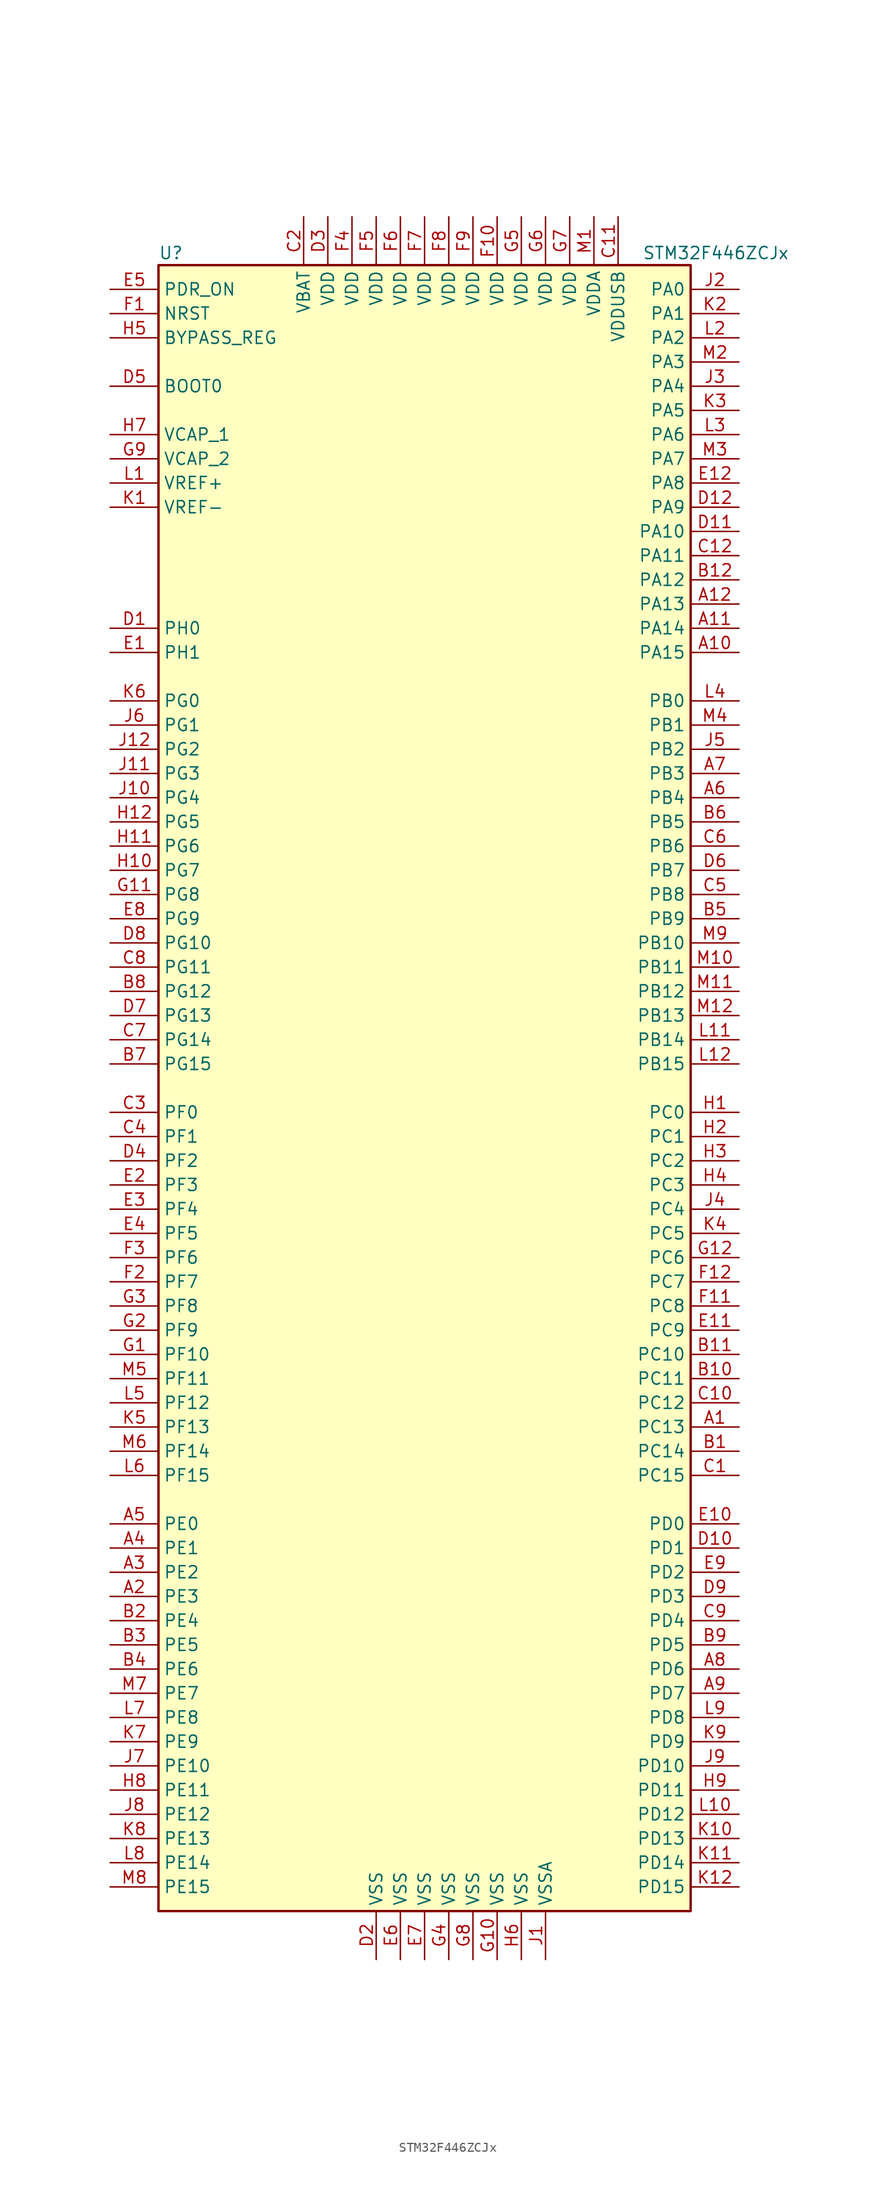
<source format=kicad_sym>
(kicad_symbol_lib
  (version 20220914)
  (generator kicad_symbol_editor)
  (symbol "STM32F446ZCJx"
    (property "Reference" "U"
      (at -27.94 87.63 0)
      (effects (font (size 1.27 1.27)) (justify left)))
    (property "Value" "STM32F446ZCJx"
      (at 22.86 87.63 0)
      (effects (font (size 1.27 1.27)) (justify left)))
    (symbol "STM32F446ZCJx_0_1"
      (rectangle (start -27.94 -86.36) (end 27.94 86.36) (stroke (width 0.254) (type default)) (fill (type background))))
    (symbol "STM32F446ZCJx_1_1"
      (pin bidirectional line (at 33.02 -35.56 180) (length 5.08) (name "PC13" (effects (font (size 1.27 1.27)))) (number "A1" (effects (font (size 1.27 1.27)))))
      (pin bidirectional line (at 33.02 45.72 180) (length 5.08) (name "PA15" (effects (font (size 1.27 1.27)))) (number "A10" (effects (font (size 1.27 1.27)))))
      (pin bidirectional line (at 33.02 48.26 180) (length 5.08) (name "PA14" (effects (font (size 1.27 1.27)))) (number "A11" (effects (font (size 1.27 1.27)))))
      (pin bidirectional line (at 33.02 50.8 180) (length 5.08) (name "PA13" (effects (font (size 1.27 1.27)))) (number "A12" (effects (font (size 1.27 1.27)))))
      (pin bidirectional line (at -33.02 -53.34 0) (length 5.08) (name "PE3" (effects (font (size 1.27 1.27)))) (number "A2" (effects (font (size 1.27 1.27)))))
      (pin bidirectional line (at -33.02 -50.8 0) (length 5.08) (name "PE2" (effects (font (size 1.27 1.27)))) (number "A3" (effects (font (size 1.27 1.27)))))
      (pin bidirectional line (at -33.02 -48.26 0) (length 5.08) (name "PE1" (effects (font (size 1.27 1.27)))) (number "A4" (effects (font (size 1.27 1.27)))))
      (pin bidirectional line (at -33.02 -45.72 0) (length 5.08) (name "PE0" (effects (font (size 1.27 1.27)))) (number "A5" (effects (font (size 1.27 1.27)))))
      (pin bidirectional line (at 33.02 30.48 180) (length 5.08) (name "PB4" (effects (font (size 1.27 1.27)))) (number "A6" (effects (font (size 1.27 1.27)))))
      (pin bidirectional line (at 33.02 33.02 180) (length 5.08) (name "PB3" (effects (font (size 1.27 1.27)))) (number "A7" (effects (font (size 1.27 1.27)))))
      (pin bidirectional line (at 33.02 -60.96 180) (length 5.08) (name "PD6" (effects (font (size 1.27 1.27)))) (number "A8" (effects (font (size 1.27 1.27)))))
      (pin bidirectional line (at 33.02 -63.5 180) (length 5.08) (name "PD7" (effects (font (size 1.27 1.27)))) (number "A9" (effects (font (size 1.27 1.27)))))
      (pin bidirectional line (at 33.02 -38.1 180) (length 5.08) (name "PC14" (effects (font (size 1.27 1.27)))) (number "B1" (effects (font (size 1.27 1.27)))))
      (pin bidirectional line (at 33.02 -30.48 180) (length 5.08) (name "PC11" (effects (font (size 1.27 1.27)))) (number "B10" (effects (font (size 1.27 1.27)))))
      (pin bidirectional line (at 33.02 -27.94 180) (length 5.08) (name "PC10" (effects (font (size 1.27 1.27)))) (number "B11" (effects (font (size 1.27 1.27)))))
      (pin bidirectional line (at 33.02 53.34 180) (length 5.08) (name "PA12" (effects (font (size 1.27 1.27)))) (number "B12" (effects (font (size 1.27 1.27)))))
      (pin bidirectional line (at -33.02 -55.88 0) (length 5.08) (name "PE4" (effects (font (size 1.27 1.27)))) (number "B2" (effects (font (size 1.27 1.27)))))
      (pin bidirectional line (at -33.02 -58.42 0) (length 5.08) (name "PE5" (effects (font (size 1.27 1.27)))) (number "B3" (effects (font (size 1.27 1.27)))))
      (pin bidirectional line (at -33.02 -60.96 0) (length 5.08) (name "PE6" (effects (font (size 1.27 1.27)))) (number "B4" (effects (font (size 1.27 1.27)))))
      (pin bidirectional line (at 33.02 17.78 180) (length 5.08) (name "PB9" (effects (font (size 1.27 1.27)))) (number "B5" (effects (font (size 1.27 1.27)))))
      (pin bidirectional line (at 33.02 27.94 180) (length 5.08) (name "PB5" (effects (font (size 1.27 1.27)))) (number "B6" (effects (font (size 1.27 1.27)))))
      (pin bidirectional line (at -33.02 2.54 0) (length 5.08) (name "PG15" (effects (font (size 1.27 1.27)))) (number "B7" (effects (font (size 1.27 1.27)))))
      (pin bidirectional line (at -33.02 10.16 0) (length 5.08) (name "PG12" (effects (font (size 1.27 1.27)))) (number "B8" (effects (font (size 1.27 1.27)))))
      (pin bidirectional line (at 33.02 -58.42 180) (length 5.08) (name "PD5" (effects (font (size 1.27 1.27)))) (number "B9" (effects (font (size 1.27 1.27)))))
      (pin bidirectional line (at 33.02 -40.64 180) (length 5.08) (name "PC15" (effects (font (size 1.27 1.27)))) (number "C1" (effects (font (size 1.27 1.27)))))
      (pin bidirectional line (at 33.02 -33.02 180) (length 5.08) (name "PC12" (effects (font (size 1.27 1.27)))) (number "C10" (effects (font (size 1.27 1.27)))))
      (pin power_in line (at 20.32 91.44 270) (length 5.08) (name "VDDUSB" (effects (font (size 1.27 1.27)))) (number "C11" (effects (font (size 1.27 1.27)))))
      (pin bidirectional line (at 33.02 55.88 180) (length 5.08) (name "PA11" (effects (font (size 1.27 1.27)))) (number "C12" (effects (font (size 1.27 1.27)))))
      (pin power_in line (at -12.7 91.44 270) (length 5.08) (name "VBAT" (effects (font (size 1.27 1.27)))) (number "C2" (effects (font (size 1.27 1.27)))))
      (pin bidirectional line (at -33.02 -2.54 0) (length 5.08) (name "PF0" (effects (font (size 1.27 1.27)))) (number "C3" (effects (font (size 1.27 1.27)))))
      (pin bidirectional line (at -33.02 -5.08 0) (length 5.08) (name "PF1" (effects (font (size 1.27 1.27)))) (number "C4" (effects (font (size 1.27 1.27)))))
      (pin bidirectional line (at 33.02 20.32 180) (length 5.08) (name "PB8" (effects (font (size 1.27 1.27)))) (number "C5" (effects (font (size 1.27 1.27)))))
      (pin bidirectional line (at 33.02 25.4 180) (length 5.08) (name "PB6" (effects (font (size 1.27 1.27)))) (number "C6" (effects (font (size 1.27 1.27)))))
      (pin bidirectional line (at -33.02 5.08 0) (length 5.08) (name "PG14" (effects (font (size 1.27 1.27)))) (number "C7" (effects (font (size 1.27 1.27)))))
      (pin bidirectional line (at -33.02 12.7 0) (length 5.08) (name "PG11" (effects (font (size 1.27 1.27)))) (number "C8" (effects (font (size 1.27 1.27)))))
      (pin bidirectional line (at 33.02 -55.88 180) (length 5.08) (name "PD4" (effects (font (size 1.27 1.27)))) (number "C9" (effects (font (size 1.27 1.27)))))
      (pin input line (at -33.02 48.26 0) (length 5.08) (name "PH0" (effects (font (size 1.27 1.27)))) (number "D1" (effects (font (size 1.27 1.27)))))
      (pin bidirectional line (at 33.02 -48.26 180) (length 5.08) (name "PD1" (effects (font (size 1.27 1.27)))) (number "D10" (effects (font (size 1.27 1.27)))))
      (pin bidirectional line (at 33.02 58.42 180) (length 5.08) (name "PA10" (effects (font (size 1.27 1.27)))) (number "D11" (effects (font (size 1.27 1.27)))))
      (pin bidirectional line (at 33.02 60.96 180) (length 5.08) (name "PA9" (effects (font (size 1.27 1.27)))) (number "D12" (effects (font (size 1.27 1.27)))))
      (pin power_in line (at -5.08 -91.44 90) (length 5.08) (name "VSS" (effects (font (size 1.27 1.27)))) (number "D2" (effects (font (size 1.27 1.27)))))
      (pin power_in line (at -10.16 91.44 270) (length 5.08) (name "VDD" (effects (font (size 1.27 1.27)))) (number "D3" (effects (font (size 1.27 1.27)))))
      (pin bidirectional line (at -33.02 -7.62 0) (length 5.08) (name "PF2" (effects (font (size 1.27 1.27)))) (number "D4" (effects (font (size 1.27 1.27)))))
      (pin input line (at -33.02 73.66 0) (length 5.08) (name "BOOT0" (effects (font (size 1.27 1.27)))) (number "D5" (effects (font (size 1.27 1.27)))))
      (pin bidirectional line (at 33.02 22.86 180) (length 5.08) (name "PB7" (effects (font (size 1.27 1.27)))) (number "D6" (effects (font (size 1.27 1.27)))))
      (pin bidirectional line (at -33.02 7.62 0) (length 5.08) (name "PG13" (effects (font (size 1.27 1.27)))) (number "D7" (effects (font (size 1.27 1.27)))))
      (pin bidirectional line (at -33.02 15.24 0) (length 5.08) (name "PG10" (effects (font (size 1.27 1.27)))) (number "D8" (effects (font (size 1.27 1.27)))))
      (pin bidirectional line (at 33.02 -53.34 180) (length 5.08) (name "PD3" (effects (font (size 1.27 1.27)))) (number "D9" (effects (font (size 1.27 1.27)))))
      (pin input line (at -33.02 45.72 0) (length 5.08) (name "PH1" (effects (font (size 1.27 1.27)))) (number "E1" (effects (font (size 1.27 1.27)))))
      (pin bidirectional line (at 33.02 -45.72 180) (length 5.08) (name "PD0" (effects (font (size 1.27 1.27)))) (number "E10" (effects (font (size 1.27 1.27)))))
      (pin bidirectional line (at 33.02 -25.4 180) (length 5.08) (name "PC9" (effects (font (size 1.27 1.27)))) (number "E11" (effects (font (size 1.27 1.27)))))
      (pin bidirectional line (at 33.02 63.5 180) (length 5.08) (name "PA8" (effects (font (size 1.27 1.27)))) (number "E12" (effects (font (size 1.27 1.27)))))
      (pin bidirectional line (at -33.02 -10.16 0) (length 5.08) (name "PF3" (effects (font (size 1.27 1.27)))) (number "E2" (effects (font (size 1.27 1.27)))))
      (pin bidirectional line (at -33.02 -12.7 0) (length 5.08) (name "PF4" (effects (font (size 1.27 1.27)))) (number "E3" (effects (font (size 1.27 1.27)))))
      (pin bidirectional line (at -33.02 -15.24 0) (length 5.08) (name "PF5" (effects (font (size 1.27 1.27)))) (number "E4" (effects (font (size 1.27 1.27)))))
      (pin input line (at -33.02 83.82 0) (length 5.08) (name "PDR_ON" (effects (font (size 1.27 1.27)))) (number "E5" (effects (font (size 1.27 1.27)))))
      (pin power_in line (at -2.54 -91.44 90) (length 5.08) (name "VSS" (effects (font (size 1.27 1.27)))) (number "E6" (effects (font (size 1.27 1.27)))))
      (pin power_in line (at 0 -91.44 90) (length 5.08) (name "VSS" (effects (font (size 1.27 1.27)))) (number "E7" (effects (font (size 1.27 1.27)))))
      (pin bidirectional line (at -33.02 17.78 0) (length 5.08) (name "PG9" (effects (font (size 1.27 1.27)))) (number "E8" (effects (font (size 1.27 1.27)))))
      (pin bidirectional line (at 33.02 -50.8 180) (length 5.08) (name "PD2" (effects (font (size 1.27 1.27)))) (number "E9" (effects (font (size 1.27 1.27)))))
      (pin input line (at -33.02 81.28 0) (length 5.08) (name "NRST" (effects (font (size 1.27 1.27)))) (number "F1" (effects (font (size 1.27 1.27)))))
      (pin power_in line (at 7.62 91.44 270) (length 5.08) (name "VDD" (effects (font (size 1.27 1.27)))) (number "F10" (effects (font (size 1.27 1.27)))))
      (pin bidirectional line (at 33.02 -22.86 180) (length 5.08) (name "PC8" (effects (font (size 1.27 1.27)))) (number "F11" (effects (font (size 1.27 1.27)))))
      (pin bidirectional line (at 33.02 -20.32 180) (length 5.08) (name "PC7" (effects (font (size 1.27 1.27)))) (number "F12" (effects (font (size 1.27 1.27)))))
      (pin bidirectional line (at -33.02 -20.32 0) (length 5.08) (name "PF7" (effects (font (size 1.27 1.27)))) (number "F2" (effects (font (size 1.27 1.27)))))
      (pin bidirectional line (at -33.02 -17.78 0) (length 5.08) (name "PF6" (effects (font (size 1.27 1.27)))) (number "F3" (effects (font (size 1.27 1.27)))))
      (pin power_in line (at -7.62 91.44 270) (length 5.08) (name "VDD" (effects (font (size 1.27 1.27)))) (number "F4" (effects (font (size 1.27 1.27)))))
      (pin power_in line (at -5.08 91.44 270) (length 5.08) (name "VDD" (effects (font (size 1.27 1.27)))) (number "F5" (effects (font (size 1.27 1.27)))))
      (pin power_in line (at -2.54 91.44 270) (length 5.08) (name "VDD" (effects (font (size 1.27 1.27)))) (number "F6" (effects (font (size 1.27 1.27)))))
      (pin power_in line (at 0 91.44 270) (length 5.08) (name "VDD" (effects (font (size 1.27 1.27)))) (number "F7" (effects (font (size 1.27 1.27)))))
      (pin power_in line (at 2.54 91.44 270) (length 5.08) (name "VDD" (effects (font (size 1.27 1.27)))) (number "F8" (effects (font (size 1.27 1.27)))))
      (pin power_in line (at 5.08 91.44 270) (length 5.08) (name "VDD" (effects (font (size 1.27 1.27)))) (number "F9" (effects (font (size 1.27 1.27)))))
      (pin bidirectional line (at -33.02 -27.94 0) (length 5.08) (name "PF10" (effects (font (size 1.27 1.27)))) (number "G1" (effects (font (size 1.27 1.27)))))
      (pin power_in line (at 7.62 -91.44 90) (length 5.08) (name "VSS" (effects (font (size 1.27 1.27)))) (number "G10" (effects (font (size 1.27 1.27)))))
      (pin bidirectional line (at -33.02 20.32 0) (length 5.08) (name "PG8" (effects (font (size 1.27 1.27)))) (number "G11" (effects (font (size 1.27 1.27)))))
      (pin bidirectional line (at 33.02 -17.78 180) (length 5.08) (name "PC6" (effects (font (size 1.27 1.27)))) (number "G12" (effects (font (size 1.27 1.27)))))
      (pin bidirectional line (at -33.02 -25.4 0) (length 5.08) (name "PF9" (effects (font (size 1.27 1.27)))) (number "G2" (effects (font (size 1.27 1.27)))))
      (pin bidirectional line (at -33.02 -22.86 0) (length 5.08) (name "PF8" (effects (font (size 1.27 1.27)))) (number "G3" (effects (font (size 1.27 1.27)))))
      (pin power_in line (at 2.54 -91.44 90) (length 5.08) (name "VSS" (effects (font (size 1.27 1.27)))) (number "G4" (effects (font (size 1.27 1.27)))))
      (pin power_in line (at 10.16 91.44 270) (length 5.08) (name "VDD" (effects (font (size 1.27 1.27)))) (number "G5" (effects (font (size 1.27 1.27)))))
      (pin power_in line (at 12.7 91.44 270) (length 5.08) (name "VDD" (effects (font (size 1.27 1.27)))) (number "G6" (effects (font (size 1.27 1.27)))))
      (pin power_in line (at 15.24 91.44 270) (length 5.08) (name "VDD" (effects (font (size 1.27 1.27)))) (number "G7" (effects (font (size 1.27 1.27)))))
      (pin power_in line (at 5.08 -91.44 90) (length 5.08) (name "VSS" (effects (font (size 1.27 1.27)))) (number "G8" (effects (font (size 1.27 1.27)))))
      (pin power_in line (at -33.02 66.04 0) (length 5.08) (name "VCAP_2" (effects (font (size 1.27 1.27)))) (number "G9" (effects (font (size 1.27 1.27)))))
      (pin bidirectional line (at 33.02 -2.54 180) (length 5.08) (name "PC0" (effects (font (size 1.27 1.27)))) (number "H1" (effects (font (size 1.27 1.27)))))
      (pin bidirectional line (at -33.02 22.86 0) (length 5.08) (name "PG7" (effects (font (size 1.27 1.27)))) (number "H10" (effects (font (size 1.27 1.27)))))
      (pin bidirectional line (at -33.02 25.4 0) (length 5.08) (name "PG6" (effects (font (size 1.27 1.27)))) (number "H11" (effects (font (size 1.27 1.27)))))
      (pin bidirectional line (at -33.02 27.94 0) (length 5.08) (name "PG5" (effects (font (size 1.27 1.27)))) (number "H12" (effects (font (size 1.27 1.27)))))
      (pin bidirectional line (at 33.02 -5.08 180) (length 5.08) (name "PC1" (effects (font (size 1.27 1.27)))) (number "H2" (effects (font (size 1.27 1.27)))))
      (pin bidirectional line (at 33.02 -7.62 180) (length 5.08) (name "PC2" (effects (font (size 1.27 1.27)))) (number "H3" (effects (font (size 1.27 1.27)))))
      (pin bidirectional line (at 33.02 -10.16 180) (length 5.08) (name "PC3" (effects (font (size 1.27 1.27)))) (number "H4" (effects (font (size 1.27 1.27)))))
      (pin input line (at -33.02 78.74 0) (length 5.08) (name "BYPASS_REG" (effects (font (size 1.27 1.27)))) (number "H5" (effects (font (size 1.27 1.27)))))
      (pin power_in line (at 10.16 -91.44 90) (length 5.08) (name "VSS" (effects (font (size 1.27 1.27)))) (number "H6" (effects (font (size 1.27 1.27)))))
      (pin power_in line (at -33.02 68.58 0) (length 5.08) (name "VCAP_1" (effects (font (size 1.27 1.27)))) (number "H7" (effects (font (size 1.27 1.27)))))
      (pin bidirectional line (at -33.02 -73.66 0) (length 5.08) (name "PE11" (effects (font (size 1.27 1.27)))) (number "H8" (effects (font (size 1.27 1.27)))))
      (pin bidirectional line (at 33.02 -73.66 180) (length 5.08) (name "PD11" (effects (font (size 1.27 1.27)))) (number "H9" (effects (font (size 1.27 1.27)))))
      (pin power_in line (at 12.7 -91.44 90) (length 5.08) (name "VSSA" (effects (font (size 1.27 1.27)))) (number "J1" (effects (font (size 1.27 1.27)))))
      (pin bidirectional line (at -33.02 30.48 0) (length 5.08) (name "PG4" (effects (font (size 1.27 1.27)))) (number "J10" (effects (font (size 1.27 1.27)))))
      (pin bidirectional line (at -33.02 33.02 0) (length 5.08) (name "PG3" (effects (font (size 1.27 1.27)))) (number "J11" (effects (font (size 1.27 1.27)))))
      (pin bidirectional line (at -33.02 35.56 0) (length 5.08) (name "PG2" (effects (font (size 1.27 1.27)))) (number "J12" (effects (font (size 1.27 1.27)))))
      (pin bidirectional line (at 33.02 83.82 180) (length 5.08) (name "PA0" (effects (font (size 1.27 1.27)))) (number "J2" (effects (font (size 1.27 1.27)))))
      (pin bidirectional line (at 33.02 73.66 180) (length 5.08) (name "PA4" (effects (font (size 1.27 1.27)))) (number "J3" (effects (font (size 1.27 1.27)))))
      (pin bidirectional line (at 33.02 -12.7 180) (length 5.08) (name "PC4" (effects (font (size 1.27 1.27)))) (number "J4" (effects (font (size 1.27 1.27)))))
      (pin bidirectional line (at 33.02 35.56 180) (length 5.08) (name "PB2" (effects (font (size 1.27 1.27)))) (number "J5" (effects (font (size 1.27 1.27)))))
      (pin bidirectional line (at -33.02 38.1 0) (length 5.08) (name "PG1" (effects (font (size 1.27 1.27)))) (number "J6" (effects (font (size 1.27 1.27)))))
      (pin bidirectional line (at -33.02 -71.12 0) (length 5.08) (name "PE10" (effects (font (size 1.27 1.27)))) (number "J7" (effects (font (size 1.27 1.27)))))
      (pin bidirectional line (at -33.02 -76.2 0) (length 5.08) (name "PE12" (effects (font (size 1.27 1.27)))) (number "J8" (effects (font (size 1.27 1.27)))))
      (pin bidirectional line (at 33.02 -71.12 180) (length 5.08) (name "PD10" (effects (font (size 1.27 1.27)))) (number "J9" (effects (font (size 1.27 1.27)))))
      (pin power_in line (at -33.02 60.96 0) (length 5.08) (name "VREF-" (effects (font (size 1.27 1.27)))) (number "K1" (effects (font (size 1.27 1.27)))))
      (pin bidirectional line (at 33.02 -78.74 180) (length 5.08) (name "PD13" (effects (font (size 1.27 1.27)))) (number "K10" (effects (font (size 1.27 1.27)))))
      (pin bidirectional line (at 33.02 -81.28 180) (length 5.08) (name "PD14" (effects (font (size 1.27 1.27)))) (number "K11" (effects (font (size 1.27 1.27)))))
      (pin bidirectional line (at 33.02 -83.82 180) (length 5.08) (name "PD15" (effects (font (size 1.27 1.27)))) (number "K12" (effects (font (size 1.27 1.27)))))
      (pin bidirectional line (at 33.02 81.28 180) (length 5.08) (name "PA1" (effects (font (size 1.27 1.27)))) (number "K2" (effects (font (size 1.27 1.27)))))
      (pin bidirectional line (at 33.02 71.12 180) (length 5.08) (name "PA5" (effects (font (size 1.27 1.27)))) (number "K3" (effects (font (size 1.27 1.27)))))
      (pin bidirectional line (at 33.02 -15.24 180) (length 5.08) (name "PC5" (effects (font (size 1.27 1.27)))) (number "K4" (effects (font (size 1.27 1.27)))))
      (pin bidirectional line (at -33.02 -35.56 0) (length 5.08) (name "PF13" (effects (font (size 1.27 1.27)))) (number "K5" (effects (font (size 1.27 1.27)))))
      (pin bidirectional line (at -33.02 40.64 0) (length 5.08) (name "PG0" (effects (font (size 1.27 1.27)))) (number "K6" (effects (font (size 1.27 1.27)))))
      (pin bidirectional line (at -33.02 -68.58 0) (length 5.08) (name "PE9" (effects (font (size 1.27 1.27)))) (number "K7" (effects (font (size 1.27 1.27)))))
      (pin bidirectional line (at -33.02 -78.74 0) (length 5.08) (name "PE13" (effects (font (size 1.27 1.27)))) (number "K8" (effects (font (size 1.27 1.27)))))
      (pin bidirectional line (at 33.02 -68.58 180) (length 5.08) (name "PD9" (effects (font (size 1.27 1.27)))) (number "K9" (effects (font (size 1.27 1.27)))))
      (pin power_in line (at -33.02 63.5 0) (length 5.08) (name "VREF+" (effects (font (size 1.27 1.27)))) (number "L1" (effects (font (size 1.27 1.27)))))
      (pin bidirectional line (at 33.02 -76.2 180) (length 5.08) (name "PD12" (effects (font (size 1.27 1.27)))) (number "L10" (effects (font (size 1.27 1.27)))))
      (pin bidirectional line (at 33.02 5.08 180) (length 5.08) (name "PB14" (effects (font (size 1.27 1.27)))) (number "L11" (effects (font (size 1.27 1.27)))))
      (pin bidirectional line (at 33.02 2.54 180) (length 5.08) (name "PB15" (effects (font (size 1.27 1.27)))) (number "L12" (effects (font (size 1.27 1.27)))))
      (pin bidirectional line (at 33.02 78.74 180) (length 5.08) (name "PA2" (effects (font (size 1.27 1.27)))) (number "L2" (effects (font (size 1.27 1.27)))))
      (pin bidirectional line (at 33.02 68.58 180) (length 5.08) (name "PA6" (effects (font (size 1.27 1.27)))) (number "L3" (effects (font (size 1.27 1.27)))))
      (pin bidirectional line (at 33.02 40.64 180) (length 5.08) (name "PB0" (effects (font (size 1.27 1.27)))) (number "L4" (effects (font (size 1.27 1.27)))))
      (pin bidirectional line (at -33.02 -33.02 0) (length 5.08) (name "PF12" (effects (font (size 1.27 1.27)))) (number "L5" (effects (font (size 1.27 1.27)))))
      (pin bidirectional line (at -33.02 -40.64 0) (length 5.08) (name "PF15" (effects (font (size 1.27 1.27)))) (number "L6" (effects (font (size 1.27 1.27)))))
      (pin bidirectional line (at -33.02 -66.04 0) (length 5.08) (name "PE8" (effects (font (size 1.27 1.27)))) (number "L7" (effects (font (size 1.27 1.27)))))
      (pin bidirectional line (at -33.02 -81.28 0) (length 5.08) (name "PE14" (effects (font (size 1.27 1.27)))) (number "L8" (effects (font (size 1.27 1.27)))))
      (pin bidirectional line (at 33.02 -66.04 180) (length 5.08) (name "PD8" (effects (font (size 1.27 1.27)))) (number "L9" (effects (font (size 1.27 1.27)))))
      (pin power_in line (at 17.78 91.44 270) (length 5.08) (name "VDDA" (effects (font (size 1.27 1.27)))) (number "M1" (effects (font (size 1.27 1.27)))))
      (pin bidirectional line (at 33.02 12.7 180) (length 5.08) (name "PB11" (effects (font (size 1.27 1.27)))) (number "M10" (effects (font (size 1.27 1.27)))))
      (pin bidirectional line (at 33.02 10.16 180) (length 5.08) (name "PB12" (effects (font (size 1.27 1.27)))) (number "M11" (effects (font (size 1.27 1.27)))))
      (pin bidirectional line (at 33.02 7.62 180) (length 5.08) (name "PB13" (effects (font (size 1.27 1.27)))) (number "M12" (effects (font (size 1.27 1.27)))))
      (pin bidirectional line (at 33.02 76.2 180) (length 5.08) (name "PA3" (effects (font (size 1.27 1.27)))) (number "M2" (effects (font (size 1.27 1.27)))))
      (pin bidirectional line (at 33.02 66.04 180) (length 5.08) (name "PA7" (effects (font (size 1.27 1.27)))) (number "M3" (effects (font (size 1.27 1.27)))))
      (pin bidirectional line (at 33.02 38.1 180) (length 5.08) (name "PB1" (effects (font (size 1.27 1.27)))) (number "M4" (effects (font (size 1.27 1.27)))))
      (pin bidirectional line (at -33.02 -30.48 0) (length 5.08) (name "PF11" (effects (font (size 1.27 1.27)))) (number "M5" (effects (font (size 1.27 1.27)))))
      (pin bidirectional line (at -33.02 -38.1 0) (length 5.08) (name "PF14" (effects (font (size 1.27 1.27)))) (number "M6" (effects (font (size 1.27 1.27)))))
      (pin bidirectional line (at -33.02 -63.5 0) (length 5.08) (name "PE7" (effects (font (size 1.27 1.27)))) (number "M7" (effects (font (size 1.27 1.27)))))
      (pin bidirectional line (at -33.02 -83.82 0) (length 5.08) (name "PE15" (effects (font (size 1.27 1.27)))) (number "M8" (effects (font (size 1.27 1.27)))))
      (pin bidirectional line (at 33.02 15.24 180) (length 5.08) (name "PB10" (effects (font (size 1.27 1.27)))) (number "M9" (effects (font (size 1.27 1.27))))))))
</source>
